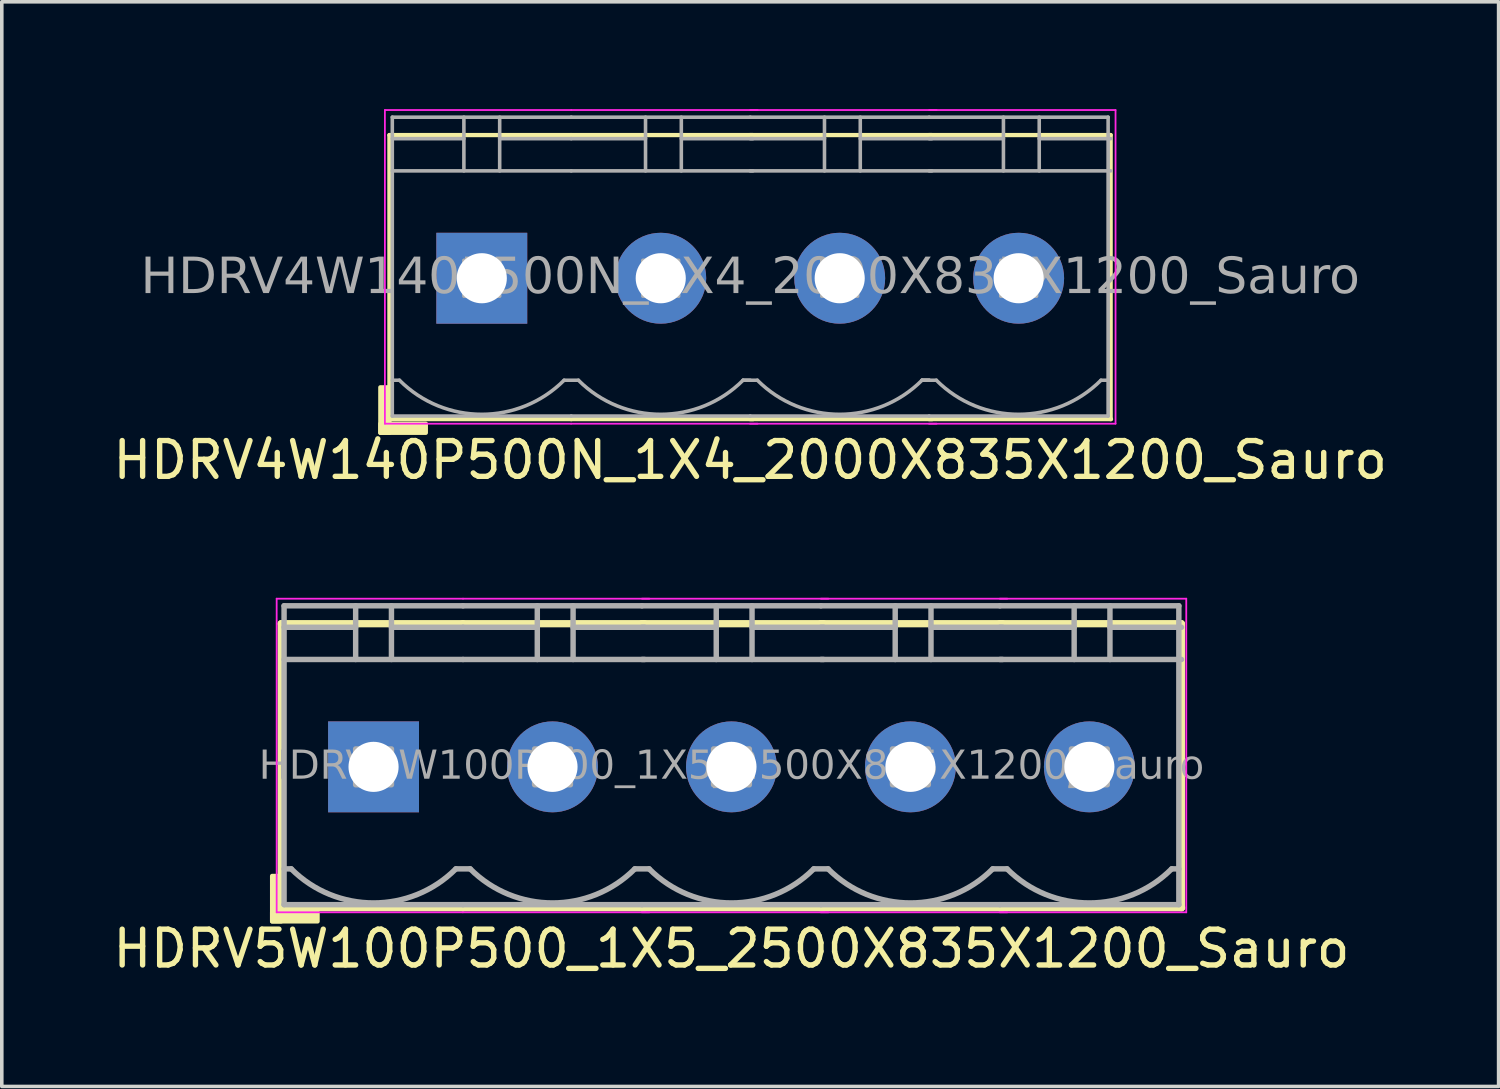
<source format=kicad_pcb>
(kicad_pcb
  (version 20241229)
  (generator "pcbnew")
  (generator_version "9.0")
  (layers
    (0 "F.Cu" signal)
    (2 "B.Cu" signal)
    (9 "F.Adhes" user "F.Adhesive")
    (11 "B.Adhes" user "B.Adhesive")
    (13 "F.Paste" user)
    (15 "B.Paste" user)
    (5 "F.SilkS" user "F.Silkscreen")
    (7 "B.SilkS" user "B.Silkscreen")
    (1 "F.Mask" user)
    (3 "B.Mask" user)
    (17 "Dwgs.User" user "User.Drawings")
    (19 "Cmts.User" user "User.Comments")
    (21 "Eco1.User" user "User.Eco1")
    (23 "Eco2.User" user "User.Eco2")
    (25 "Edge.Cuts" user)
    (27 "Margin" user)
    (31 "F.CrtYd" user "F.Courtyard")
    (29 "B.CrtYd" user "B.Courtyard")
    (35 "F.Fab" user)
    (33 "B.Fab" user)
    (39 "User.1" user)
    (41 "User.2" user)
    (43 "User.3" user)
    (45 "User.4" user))
  (footprint "HDRV5W100P500_1X5_2500X835X1200_Sauro"
    (layer "F.Cu")
    (at 17.387 18.376)
    (property "Reference" "HDRV5W100P500_1X5_2500X835X1200_Sauro" (at 0 5.08 0) (layer "F.SilkS") (effects (font (size 1 1) (thickness 0.15))))
    (attr through_hole)
    (fp_line (start -12.58 -4) (end -12.58 3.937) (stroke (width 0.203) (type solid)) (layer "F.SilkS"))
    (fp_line (start -12.58 3.937) (end -7.5 3.937) (stroke (width 0.203) (type solid)) (layer "F.SilkS"))
    (fp_line (start -7.505 -4) (end -12.58 -4) (stroke (width 0.203) (type solid)) (layer "F.SilkS"))
    (fp_line (start -7.5 3.937) (end -2.42 3.937) (stroke (width 0.203) (type solid)) (layer "F.SilkS"))
    (fp_line (start -2.5 3.937) (end 2.58 3.937) (stroke (width 0.203) (type solid)) (layer "F.SilkS"))
    (fp_line (start -2.43 -4) (end -7.505 -4) (stroke (width 0.203) (type solid)) (layer "F.SilkS"))
    (fp_line (start 2.5 3.937) (end 7.58 3.937) (stroke (width 0.203) (type solid)) (layer "F.SilkS"))
    (fp_line (start 2.57 -4) (end -2.505 -4) (stroke (width 0.203) (type solid)) (layer "F.SilkS"))
    (fp_line (start 7.5 3.937) (end 12.58 3.937) (stroke (width 0.203) (type solid)) (layer "F.SilkS"))
    (fp_line (start 7.57 -4) (end 2.495 -4) (stroke (width 0.203) (type solid)) (layer "F.SilkS"))
    (fp_line (start 12.57 -4) (end 7.495 -4) (stroke (width 0.203) (type solid)) (layer "F.SilkS"))
    (fp_line (start 12.57 -4) (end 12.57 3.937) (stroke (width 0.203) (type solid)) (layer "F.SilkS"))
    (fp_rect (start -12.58 3.048) (end -12.834 4.318) (stroke (width 0.12) (type solid)) (fill yes) (layer "F.SilkS"))
    (fp_rect (start -11.564 4.318) (end -12.834 4.064) (stroke (width 0.12) (type solid)) (fill yes) (layer "F.SilkS"))
    (fp_line (start -12.707 4.064) (end -12.707 -4.699) (stroke (width 0.05) (type solid)) (layer "F.CrtYd"))
    (fp_line (start -7.505 4.064) (end -12.707 4.064) (stroke (width 0.05) (type solid)) (layer "F.CrtYd"))
    (fp_line (start -7.5 -4.699) (end -12.707 -4.699) (stroke (width 0.05) (type solid)) (layer "F.CrtYd"))
    (fp_line (start -2.293 -4.699) (end -7.5 -4.699) (stroke (width 0.05) (type solid)) (layer "F.CrtYd"))
    (fp_line (start -2.293 4.064) (end -7.505 4.064) (stroke (width 0.05) (type solid)) (layer "F.CrtYd"))
    (fp_line (start 2.707 -4.699) (end -2.5 -4.699) (stroke (width 0.05) (type solid)) (layer "F.CrtYd"))
    (fp_line (start 2.707 4.064) (end -2.505 4.064) (stroke (width 0.05) (type solid)) (layer "F.CrtYd"))
    (fp_line (start 7.707 -4.699) (end 2.5 -4.699) (stroke (width 0.05) (type solid)) (layer "F.CrtYd"))
    (fp_line (start 7.707 4.064) (end 2.495 4.064) (stroke (width 0.05) (type solid)) (layer "F.CrtYd"))
    (fp_line (start 12.707 -4.699) (end 7.5 -4.699) (stroke (width 0.05) (type solid)) (layer "F.CrtYd"))
    (fp_line (start 12.707 -4.699) (end 12.707 4.064) (stroke (width 0.05) (type solid)) (layer "F.CrtYd"))
    (fp_line (start 12.707 4.064) (end 7.495 4.064) (stroke (width 0.05) (type solid)) (layer "F.CrtYd"))
    (fp_line (start -12.5 -4.5) (end -12.5 3.85) (stroke (width 0.152) (type solid)) (layer "F.Fab"))
    (fp_line (start -12.3 2.85) (end -12.5 2.85) (stroke (width 0.152) (type solid)) (layer "F.Fab"))
    (fp_line (start -10.5 -4.5) (end -10.5 -3) (stroke (width 0.152) (type default)) (layer "F.Fab"))
    (fp_line (start -10.5 -3.9) (end -12.5 -3.9) (stroke (width 0.152) (type solid)) (layer "F.Fab"))
    (fp_line (start -9.5 -4.5) (end -9.5 -3) (stroke (width 0.152) (type default)) (layer "F.Fab"))
    (fp_line (start -9.5 -3.9) (end -7.5 -3.9) (stroke (width 0.152) (type solid)) (layer "F.Fab"))
    (fp_line (start -7.7 2.85) (end -7.3 2.85) (stroke (width 0.152) (type solid)) (layer "F.Fab"))
    (fp_line (start -7.5 -4.5) (end -12.5 -4.5) (stroke (width 0.152) (type solid)) (layer "F.Fab"))
    (fp_line (start -7.5 -3) (end -12.5 -3) (stroke (width 0.152) (type solid)) (layer "F.Fab"))
    (fp_line (start -7.5 3.85) (end -12.5 3.85) (stroke (width 0.152) (type solid)) (layer "F.Fab"))
    (fp_line (start -7.5 3.85) (end -2.5 3.85) (stroke (width 0.152) (type solid)) (layer "F.Fab"))
    (fp_line (start -5.425 -4.5) (end -5.425 -3) (stroke (width 0.152) (type default)) (layer "F.Fab"))
    (fp_line (start -5.425 -3.9) (end -7.5 -3.9) (stroke (width 0.152) (type solid)) (layer "F.Fab"))
    (fp_line (start -4.425 -4.5) (end -4.425 -3) (stroke (width 0.152) (type default)) (layer "F.Fab"))
    (fp_line (start -4.425 -3.9) (end -2.425 -3.9) (stroke (width 0.152) (type solid)) (layer "F.Fab"))
    (fp_line (start -2.7 2.85) (end -2.3 2.85) (stroke (width 0.152) (type solid)) (layer "F.Fab"))
    (fp_line (start -2.5 -4.5) (end -7.5 -4.5) (stroke (width 0.152) (type solid)) (layer "F.Fab"))
    (fp_line (start -2.5 3.85) (end 2.5 3.85) (stroke (width 0.152) (type solid)) (layer "F.Fab"))
    (fp_line (start -2.425 -3) (end -7.5 -3) (stroke (width 0.152) (type solid)) (layer "F.Fab"))
    (fp_line (start -0.425 -4.5) (end -0.425 -3) (stroke (width 0.152) (type default)) (layer "F.Fab"))
    (fp_line (start -0.425 -3.9) (end -2.5 -3.9) (stroke (width 0.152) (type solid)) (layer "F.Fab"))
    (fp_line (start 0.575 -4.5) (end 0.575 -3) (stroke (width 0.152) (type default)) (layer "F.Fab"))
    (fp_line (start 0.575 -3.9) (end 2.575 -3.9) (stroke (width 0.152) (type solid)) (layer "F.Fab"))
    (fp_line (start 2.3 2.85) (end 2.7 2.85) (stroke (width 0.152) (type solid)) (layer "F.Fab"))
    (fp_line (start 2.5 -4.5) (end -2.5 -4.5) (stroke (width 0.152) (type solid)) (layer "F.Fab"))
    (fp_line (start 2.5 3.85) (end 7.5 3.85) (stroke (width 0.152) (type solid)) (layer "F.Fab"))
    (fp_line (start 2.575 -3) (end -2.5 -3) (stroke (width 0.152) (type solid)) (layer "F.Fab"))
    (fp_line (start 4.575 -4.5) (end 4.575 -3) (stroke (width 0.152) (type default)) (layer "F.Fab"))
    (fp_line (start 4.575 -3.9) (end 2.5 -3.9) (stroke (width 0.152) (type solid)) (layer "F.Fab"))
    (fp_line (start 5.575 -4.5) (end 5.575 -3) (stroke (width 0.152) (type default)) (layer "F.Fab"))
    (fp_line (start 5.575 -3.9) (end 7.575 -3.9) (stroke (width 0.152) (type solid)) (layer "F.Fab"))
    (fp_line (start 7.3 2.85) (end 7.7 2.85) (stroke (width 0.152) (type solid)) (layer "F.Fab"))
    (fp_line (start 7.5 -4.5) (end 2.5 -4.5) (stroke (width 0.152) (type solid)) (layer "F.Fab"))
    (fp_line (start 7.5 3.85) (end 12.5 3.85) (stroke (width 0.152) (type solid)) (layer "F.Fab"))
    (fp_line (start 7.575 -3) (end 2.5 -3) (stroke (width 0.152) (type solid)) (layer "F.Fab"))
    (fp_line (start 9.575 -4.5) (end 9.575 -3) (stroke (width 0.152) (type default)) (layer "F.Fab"))
    (fp_line (start 9.575 -3.9) (end 7.5 -3.9) (stroke (width 0.152) (type solid)) (layer "F.Fab"))
    (fp_line (start 10.575 -4.5) (end 10.575 -3) (stroke (width 0.152) (type default)) (layer "F.Fab"))
    (fp_line (start 10.575 -3.9) (end 12.575 -3.9) (stroke (width 0.152) (type solid)) (layer "F.Fab"))
    (fp_line (start 12.5 -4.5) (end 7.5 -4.5) (stroke (width 0.152) (type solid)) (layer "F.Fab"))
    (fp_line (start 12.5 -4.5) (end 12.5 3.85) (stroke (width 0.152) (type solid)) (layer "F.Fab"))
    (fp_line (start 12.5 2.85) (end 12.3 2.85) (stroke (width 0.152) (type solid)) (layer "F.Fab"))
    (fp_line (start 12.575 -3) (end 7.5 -3) (stroke (width 0.152) (type solid)) (layer "F.Fab"))
    (fp_rect (start -10.5 -0.5) (end -9.5 0.5) (stroke (width 0.152) (type solid)) (fill no) (layer "F.Fab"))
    (fp_rect (start -5.5 -0.5) (end -4.5 0.5) (stroke (width 0.152) (type solid)) (fill no) (layer "F.Fab"))
    (fp_rect (start -0.5 -0.5) (end 0.5 0.5) (stroke (width 0.152) (type solid)) (fill no) (layer "F.Fab"))
    (fp_rect (start 4.5 -0.5) (end 5.5 0.5) (stroke (width 0.152) (type solid)) (fill no) (layer "F.Fab"))
    (fp_rect (start 9.5 -0.5) (end 10.5 0.5) (stroke (width 0.152) (type solid)) (fill no) (layer "F.Fab"))
    (fp_arc (start -7.7 2.85) (mid -10 3.802691) (end -12.3 2.85) (stroke (width 0.1524) (type default)) (layer "F.Fab"))
    (fp_arc (start -2.7 2.85) (mid -5 3.802691) (end -7.3 2.85) (stroke (width 0.1524) (type default)) (layer "F.Fab"))
    (fp_arc (start 2.3 2.85) (mid 0 3.802691) (end -2.3 2.85) (stroke (width 0.1524) (type default)) (layer "F.Fab"))
    (fp_arc (start 7.3 2.85) (mid 5 3.802691) (end 2.7 2.85) (stroke (width 0.1524) (type default)) (layer "F.Fab"))
    (fp_arc (start 12.3 2.85) (mid 10 3.802691) (end 7.7 2.85) (stroke (width 0.1524) (type default)) (layer "F.Fab"))
    (fp_text user "${REFERENCE}" (at 0 0 0) (layer "F.Fab") (effects (font (face "Tahoma") (size 0.8 0.8) (thickness 0.15))))
    (pad "1" thru_hole rect (at -10 0) (size 2.54 2.54) (drill 1.4) (layers "*.Cu" "*.Mask"))
    (pad "2" thru_hole circle (at -5 0) (size 2.54 2.54) (drill 1.4) (layers "*.Cu" "*.Mask"))
    (pad "3" thru_hole circle (at 0 0) (size 2.54 2.54) (drill 1.4) (layers "*.Cu" "*.Mask"))
    (pad "4" thru_hole circle (at 5 0) (size 2.54 2.54) (drill 1.4) (layers "*.Cu" "*.Mask"))
    (pad "5" thru_hole circle (at 10 0) (size 2.54 2.54) (drill 1.4) (layers "*.Cu" "*.Mask")))
  (footprint "HDRV4W140P500N_1X4_2000X835X1200_Sauro"
    (layer "F.Cu")
    (at 17.911 4.724)
    (property "Reference" "HDRV4W140P500N_1X4_2000X835X1200_Sauro" (at 0 5.08 0) (layer "F.SilkS") (effects (font (size 1 1) (thickness 0.15))))
    (attr through_hole)
    (fp_line (start -10.08 -4) (end -10.08 3.937) (stroke (width 0.12) (type solid)) (layer "F.SilkS"))
    (fp_line (start -10.08 3.937) (end -5 3.937) (stroke (width 0.12) (type solid)) (layer "F.SilkS"))
    (fp_line (start -5.005 -4) (end -10.08 -4) (stroke (width 0.12) (type solid)) (layer "F.SilkS"))
    (fp_line (start -5 3.937) (end 0.08 3.937) (stroke (width 0.12) (type solid)) (layer "F.SilkS"))
    (fp_line (start 0 3.937) (end 5.08 3.937) (stroke (width 0.12) (type solid)) (layer "F.SilkS"))
    (fp_line (start 0.07 -4) (end -5.005 -4) (stroke (width 0.12) (type solid)) (layer "F.SilkS"))
    (fp_line (start 5 3.937) (end 10.08 3.937) (stroke (width 0.12) (type solid)) (layer "F.SilkS"))
    (fp_line (start 5.07 -4) (end -0.005 -4) (stroke (width 0.12) (type solid)) (layer "F.SilkS"))
    (fp_line (start 10.07 -4) (end 4.995 -4) (stroke (width 0.12) (type solid)) (layer "F.SilkS"))
    (fp_line (start 10.07 -4) (end 10.07 3.937) (stroke (width 0.12) (type solid)) (layer "F.SilkS"))
    (fp_rect (start -10.08 3.048) (end -10.334 4.318) (stroke (width 0.12) (type solid)) (fill yes) (layer "F.SilkS"))
    (fp_rect (start -9.064 4.318) (end -10.334 4.064) (stroke (width 0.12) (type solid)) (fill yes) (layer "F.SilkS"))
    (fp_line (start -10.207 4.064) (end -10.207 -4.699) (stroke (width 0.05) (type solid)) (layer "F.CrtYd"))
    (fp_line (start -5.005 4.064) (end -10.207 4.064) (stroke (width 0.05) (type solid)) (layer "F.CrtYd"))
    (fp_line (start -5 -4.699) (end -10.207 -4.699) (stroke (width 0.05) (type solid)) (layer "F.CrtYd"))
    (fp_line (start 0.207 -4.699) (end -5 -4.699) (stroke (width 0.05) (type solid)) (layer "F.CrtYd"))
    (fp_line (start 0.207 4.064) (end -5.005 4.064) (stroke (width 0.05) (type solid)) (layer "F.CrtYd"))
    (fp_line (start 5.207 -4.699) (end 0 -4.699) (stroke (width 0.05) (type solid)) (layer "F.CrtYd"))
    (fp_line (start 5.207 4.064) (end -0.005 4.064) (stroke (width 0.05) (type solid)) (layer "F.CrtYd"))
    (fp_line (start 10.207 -4.699) (end 5 -4.699) (stroke (width 0.05) (type solid)) (layer "F.CrtYd"))
    (fp_line (start 10.207 -4.699) (end 10.207 4.064) (stroke (width 0.05) (type solid)) (layer "F.CrtYd"))
    (fp_line (start 10.207 4.064) (end 4.995 4.064) (stroke (width 0.05) (type solid)) (layer "F.CrtYd"))
    (fp_line (start -10 -4.5) (end -10 3.85) (stroke (width 0.1) (type solid)) (layer "F.Fab"))
    (fp_line (start -9.8 2.85) (end -10 2.85) (stroke (width 0.1) (type solid)) (layer "F.Fab"))
    (fp_line (start -8 -4.5) (end -8 -3) (stroke (width 0.1) (type default)) (layer "F.Fab"))
    (fp_line (start -8 -3.9) (end -10 -3.9) (stroke (width 0.1) (type solid)) (layer "F.Fab"))
    (fp_line (start -7 -4.5) (end -7 -3) (stroke (width 0.1) (type default)) (layer "F.Fab"))
    (fp_line (start -7 -3.9) (end -5 -3.9) (stroke (width 0.1) (type solid)) (layer "F.Fab"))
    (fp_line (start -5.2 2.85) (end -4.8 2.85) (stroke (width 0.1) (type solid)) (layer "F.Fab"))
    (fp_line (start -5 -4.5) (end -10 -4.5) (stroke (width 0.1) (type solid)) (layer "F.Fab"))
    (fp_line (start -5 -3) (end -10 -3) (stroke (width 0.1) (type solid)) (layer "F.Fab"))
    (fp_line (start -5 3.85) (end -10 3.85) (stroke (width 0.1) (type solid)) (layer "F.Fab"))
    (fp_line (start -5 3.85) (end 0 3.85) (stroke (width 0.1) (type solid)) (layer "F.Fab"))
    (fp_line (start -2.925 -4.5) (end -2.925 -3) (stroke (width 0.1) (type default)) (layer "F.Fab"))
    (fp_line (start -2.925 -3.9) (end -5 -3.9) (stroke (width 0.1) (type solid)) (layer "F.Fab"))
    (fp_line (start -1.925 -4.5) (end -1.925 -3) (stroke (width 0.1) (type default)) (layer "F.Fab"))
    (fp_line (start -1.925 -3.9) (end 0.075 -3.9) (stroke (width 0.1) (type solid)) (layer "F.Fab"))
    (fp_line (start -0.2 2.85) (end 0.2 2.85) (stroke (width 0.1) (type solid)) (layer "F.Fab"))
    (fp_line (start 0 -4.5) (end -5 -4.5) (stroke (width 0.1) (type solid)) (layer "F.Fab"))
    (fp_line (start 0 2.85) (end -0.2 2.85) (stroke (width 0.1) (type solid)) (layer "F.Fab"))
    (fp_line (start 0 3.85) (end 5 3.85) (stroke (width 0.1) (type solid)) (layer "F.Fab"))
    (fp_line (start 0.075 -3) (end -5 -3) (stroke (width 0.1) (type solid)) (layer "F.Fab"))
    (fp_line (start 2.075 -4.5) (end 2.075 -3) (stroke (width 0.1) (type default)) (layer "F.Fab"))
    (fp_line (start 2.075 -3.9) (end 0 -3.9) (stroke (width 0.1) (type solid)) (layer "F.Fab"))
    (fp_line (start 3.075 -4.5) (end 3.075 -3) (stroke (width 0.1) (type default)) (layer "F.Fab"))
    (fp_line (start 3.075 -3.9) (end 5.075 -3.9) (stroke (width 0.1) (type solid)) (layer "F.Fab"))
    (fp_line (start 4.8 2.85) (end 5.2 2.85) (stroke (width 0.1) (type solid)) (layer "F.Fab"))
    (fp_line (start 5 -4.5) (end 0 -4.5) (stroke (width 0.1) (type solid)) (layer "F.Fab"))
    (fp_line (start 5 2.85) (end 4.8 2.85) (stroke (width 0.1) (type solid)) (layer "F.Fab"))
    (fp_line (start 5 2.85) (end 4.8 2.85) (stroke (width 0.1) (type solid)) (layer "F.Fab"))
    (fp_line (start 5 3.85) (end 10 3.85) (stroke (width 0.1) (type solid)) (layer "F.Fab"))
    (fp_line (start 5.075 -3) (end 0 -3) (stroke (width 0.1) (type solid)) (layer "F.Fab"))
    (fp_line (start 7.075 -4.5) (end 7.075 -3) (stroke (width 0.1) (type default)) (layer "F.Fab"))
    (fp_line (start 7.075 -3.9) (end 5 -3.9) (stroke (width 0.1) (type solid)) (layer "F.Fab"))
    (fp_line (start 8.075 -4.5) (end 8.075 -3) (stroke (width 0.1) (type default)) (layer "F.Fab"))
    (fp_line (start 8.075 -3.9) (end 10.075 -3.9) (stroke (width 0.1) (type solid)) (layer "F.Fab"))
    (fp_line (start 10 -4.5) (end 5 -4.5) (stroke (width 0.1) (type solid)) (layer "F.Fab"))
    (fp_line (start 10 -4.5) (end 10 3.85) (stroke (width 0.1) (type solid)) (layer "F.Fab"))
    (fp_line (start 10 2.85) (end 9.8 2.85) (stroke (width 0.1) (type solid)) (layer "F.Fab"))
    (fp_line (start 10.075 -3) (end 5 -3) (stroke (width 0.1) (type solid)) (layer "F.Fab"))
    (fp_rect (start -8 -0.5) (end -7 0.5) (stroke (width 0.1) (type solid)) (fill no) (layer "F.Fab"))
    (fp_rect (start -3 -0.5) (end -2 0.5) (stroke (width 0.1) (type solid)) (fill no) (layer "F.Fab"))
    (fp_rect (start 2 -0.5) (end 3 0.5) (stroke (width 0.1) (type solid)) (fill no) (layer "F.Fab"))
    (fp_rect (start 7 -0.5) (end 8 0.5) (stroke (width 0.1) (type solid)) (fill no) (layer "F.Fab"))
    (fp_arc (start -5.2 2.85) (mid -7.5 3.802691) (end -9.8 2.85) (stroke (width 0.1) (type default)) (layer "F.Fab"))
    (fp_arc (start -0.2 2.85) (mid -2.5 3.802691) (end -4.8 2.85) (stroke (width 0.1) (type default)) (layer "F.Fab"))
    (fp_arc (start 4.8 2.85) (mid 2.5 3.802691) (end 0.2 2.85) (stroke (width 0.1) (type default)) (layer "F.Fab"))
    (fp_arc (start 9.8 2.85) (mid 7.5 3.802691) (end 5.2 2.85) (stroke (width 0.1) (type default)) (layer "F.Fab"))
    (fp_text user "${REFERENCE}" (at 0 0 0) (layer "F.Fab") (effects (font (face "Tahoma") (size 1 1) (thickness 0.15))))
    (pad "1" thru_hole rect (at -7.5 0) (size 2.54 2.54) (drill 1.4) (layers "*.Cu" "*.Mask"))
    (pad "2" thru_hole circle (at -2.5 0) (size 2.54 2.54) (drill 1.4) (layers "*.Cu" "*.Mask"))
    (pad "3" thru_hole circle (at 2.5 0) (size 2.54 2.54) (drill 1.4) (layers "*.Cu" "*.Mask"))
    (pad "4" thru_hole circle (at 7.5 0) (size 2.54 2.54) (drill 1.4) (layers "*.Cu" "*.Mask")))
  (gr_rect
    (start -3 -3)
    (end 38.821 27.305)
    (stroke (width 0.1) (type default))
    (fill no)
    (layer "Edge.Cuts")))
</source>
